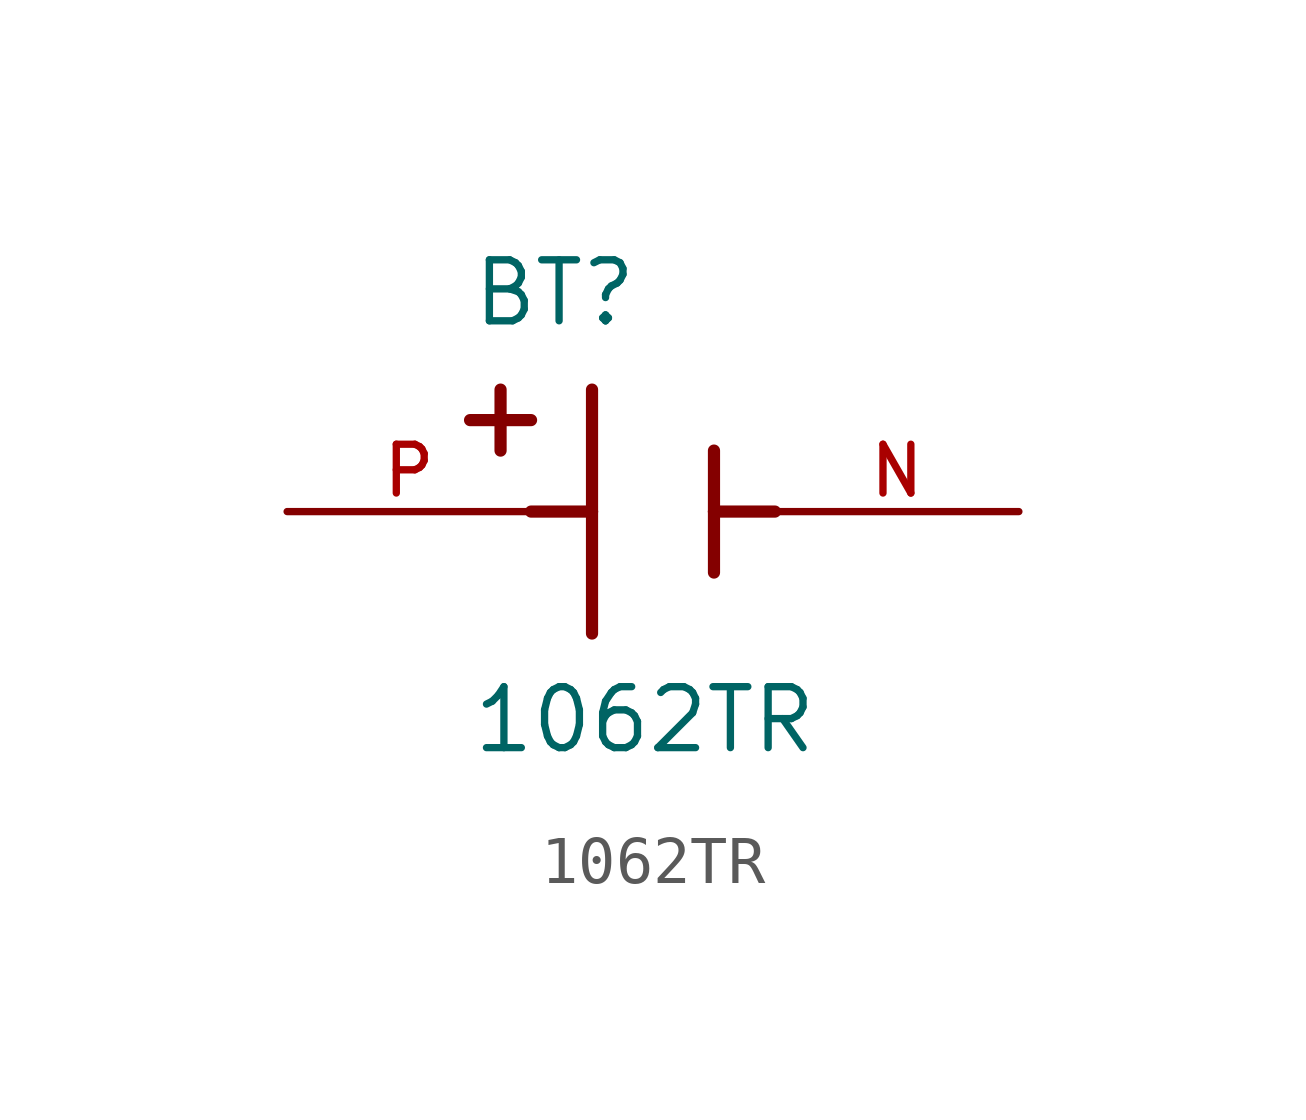
<source format=kicad_sym>
(kicad_symbol_lib
  (version 20211014)
  (generator kicad_symbol_editor)
  (symbol "1062TR"
    (pin_names
      (offset 1.016))
    (property "Reference" "BT"
      (at -3.81 3.81 0)
      (effects (font (size 1.27 1.27)) (justify bottom left)))
    (property "Value" "1062TR"
      (at -3.81 -5.08 0)
      (effects (font (size 1.27 1.27)) (justify bottom left)))
    (symbol "1062TR_0_0"
      (polyline (pts (xy -1.27 2.54) (xy -1.27 0.0)) (stroke (width 0.254)))
      (polyline (pts (xy -1.27 0.0) (xy -1.27 -2.54)) (stroke (width 0.254)))
      (polyline (pts (xy 1.27 1.27) (xy 1.27 0.0)) (stroke (width 0.254)))
      (polyline (pts (xy 1.27 0.0) (xy 1.27 -1.27)) (stroke (width 0.254)))
      (polyline (pts (xy -1.27 0.0) (xy -2.54 0.0)) (stroke (width 0.254)))
      (polyline (pts (xy 1.27 0.0) (xy 2.54 0.0)) (stroke (width 0.254)))
      (polyline (pts (xy -3.175 2.54) (xy -3.175 1.27)) (stroke (width 0.254)))
      (polyline (pts (xy -3.81 1.905) (xy -2.54 1.905)) (stroke (width 0.254)))
      (pin passive line (at -7.62 0.0 0) (length 5.08) (name "~" (effects (font (size 1.016 1.016)))) (number "P" (effects (font (size 1.016 1.016)))))
      (pin passive line (at 7.62 0.0 180.0) (length 5.08) (name "~" (effects (font (size 1.016 1.016)))) (number "N" (effects (font (size 1.016 1.016))))))))
</source>
